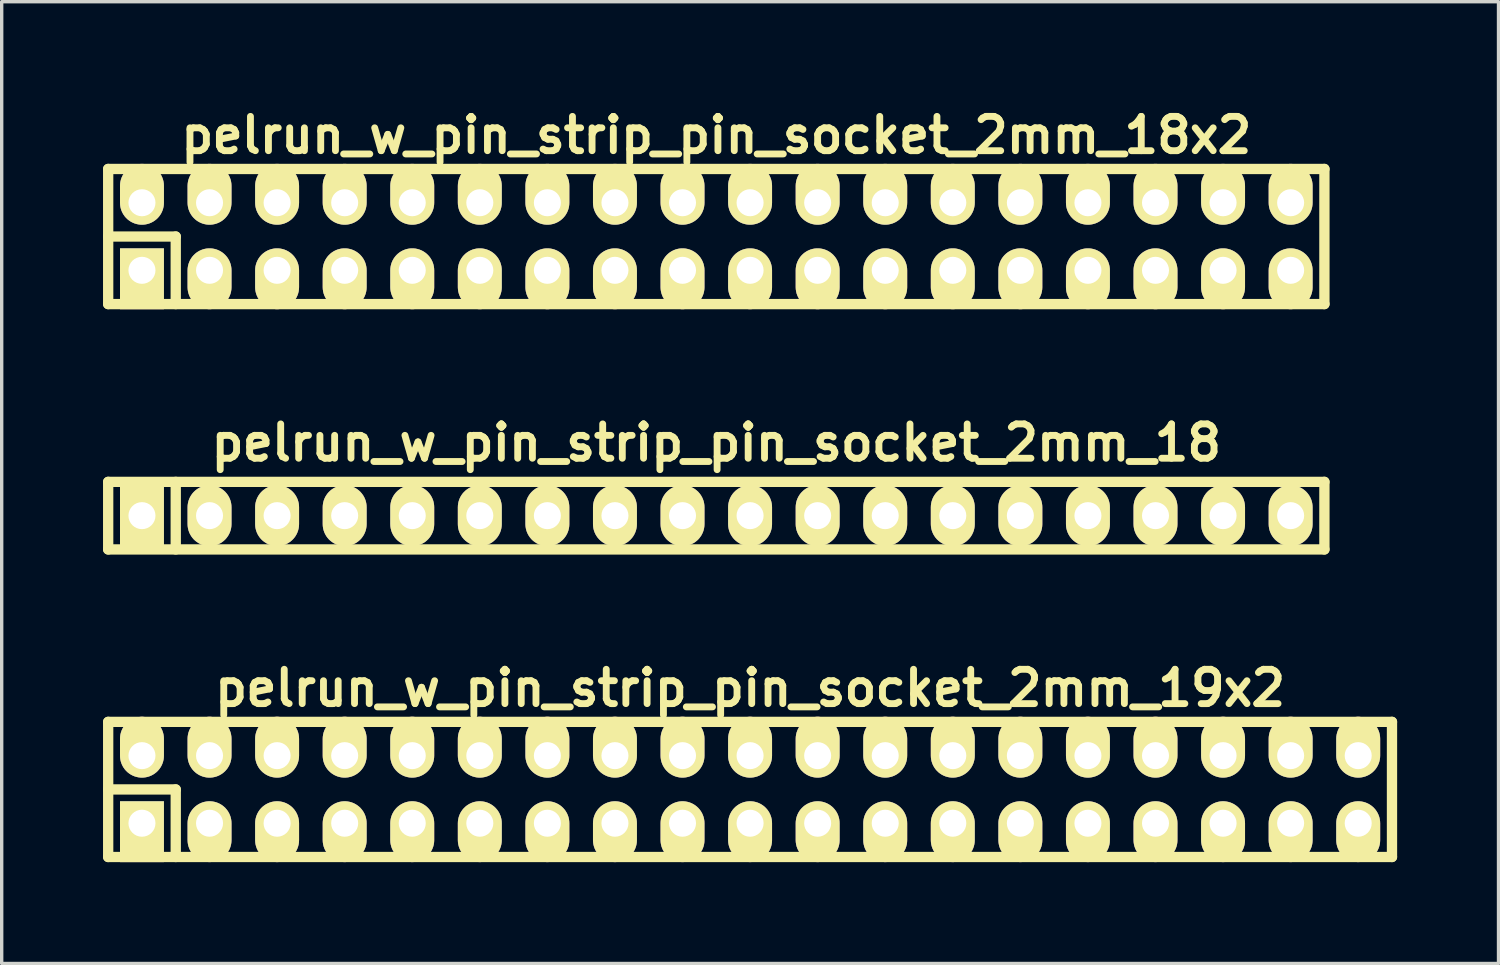
<source format=kicad_pcb>
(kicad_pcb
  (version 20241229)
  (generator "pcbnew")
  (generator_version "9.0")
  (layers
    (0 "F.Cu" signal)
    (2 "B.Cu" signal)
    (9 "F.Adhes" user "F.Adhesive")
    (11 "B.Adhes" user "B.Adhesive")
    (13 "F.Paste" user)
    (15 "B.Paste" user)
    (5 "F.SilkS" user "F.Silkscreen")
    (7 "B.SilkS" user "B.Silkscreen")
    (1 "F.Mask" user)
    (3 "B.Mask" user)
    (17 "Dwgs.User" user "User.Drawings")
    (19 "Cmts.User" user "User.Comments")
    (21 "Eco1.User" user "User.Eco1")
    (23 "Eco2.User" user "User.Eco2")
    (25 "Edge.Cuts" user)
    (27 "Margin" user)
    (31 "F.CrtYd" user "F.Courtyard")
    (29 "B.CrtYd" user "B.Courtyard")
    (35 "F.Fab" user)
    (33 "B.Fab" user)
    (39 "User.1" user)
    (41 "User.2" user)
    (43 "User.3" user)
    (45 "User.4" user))
  (footprint "pelrun_w_pin_strip_pin_socket_2mm_19x2"
    (layer "F.Cu")
    (at 19.152 20.317)
    (property "Reference" "pelrun_w_pin_strip_pin_socket_2mm_19x2" (at 0 -3 0) (layer "F.SilkS") (effects (font (size 1.016 1.016) (thickness 0.203))))
    (attr through_hole)
    (fp_line (start -19 -2) (end 19 -2) (stroke (width 0.305) (type solid)) (layer "F.SilkS"))
    (fp_line (start -19 0) (end -17 0) (stroke (width 0.305) (type solid)) (layer "F.SilkS"))
    (fp_line (start -19 2) (end -19 -2) (stroke (width 0.305) (type solid)) (layer "F.SilkS"))
    (fp_line (start -17 0) (end -17 2) (stroke (width 0.305) (type solid)) (layer "F.SilkS"))
    (fp_line (start 19 -2) (end 19 2) (stroke (width 0.305) (type solid)) (layer "F.SilkS"))
    (fp_line (start 19 2) (end -19 2) (stroke (width 0.305) (type solid)) (layer "F.SilkS"))
    (pad "1" thru_hole rect (at -18 1) (size 1.3 1.8) (drill 0.8 (offset 0 0.25)) (layers "*.Cu" "*.Mask" "F.SilkS"))
    (pad "2" thru_hole oval (at -18 -1) (size 1.3 1.8) (drill 0.8 (offset 0 -0.25)) (layers "*.Cu" "*.Mask" "F.SilkS"))
    (pad "3" thru_hole oval (at -16 1) (size 1.3 1.8) (drill 0.8 (offset 0 0.25)) (layers "*.Cu" "*.Mask" "F.SilkS"))
    (pad "4" thru_hole oval (at -16 -1) (size 1.3 1.8) (drill 0.8 (offset 0 -0.25)) (layers "*.Cu" "*.Mask" "F.SilkS"))
    (pad "5" thru_hole oval (at -14 1) (size 1.3 1.8) (drill 0.8 (offset 0 0.25)) (layers "*.Cu" "*.Mask" "F.SilkS"))
    (pad "6" thru_hole oval (at -14 -1) (size 1.3 1.8) (drill 0.8 (offset 0 -0.25)) (layers "*.Cu" "*.Mask" "F.SilkS"))
    (pad "7" thru_hole oval (at -12 1) (size 1.3 1.8) (drill 0.8 (offset 0 0.25)) (layers "*.Cu" "*.Mask" "F.SilkS"))
    (pad "8" thru_hole oval (at -12 -1) (size 1.3 1.8) (drill 0.8 (offset 0 -0.25)) (layers "*.Cu" "*.Mask" "F.SilkS"))
    (pad "9" thru_hole oval (at -10 1) (size 1.3 1.8) (drill 0.8 (offset 0 0.25)) (layers "*.Cu" "*.Mask" "F.SilkS"))
    (pad "10" thru_hole oval (at -10 -1) (size 1.3 1.8) (drill 0.8 (offset 0 -0.25)) (layers "*.Cu" "*.Mask" "F.SilkS"))
    (pad "11" thru_hole oval (at -8 1) (size 1.3 1.8) (drill 0.8 (offset 0 0.25)) (layers "*.Cu" "*.Mask" "F.SilkS"))
    (pad "12" thru_hole oval (at -8 -1) (size 1.3 1.8) (drill 0.8 (offset 0 -0.25)) (layers "*.Cu" "*.Mask" "F.SilkS"))
    (pad "13" thru_hole oval (at -6 1) (size 1.3 1.8) (drill 0.8 (offset 0 0.25)) (layers "*.Cu" "*.Mask" "F.SilkS"))
    (pad "14" thru_hole oval (at -6 -1) (size 1.3 1.8) (drill 0.8 (offset 0 -0.25)) (layers "*.Cu" "*.Mask" "F.SilkS"))
    (pad "15" thru_hole oval (at -4 1) (size 1.3 1.8) (drill 0.8 (offset 0 0.25)) (layers "*.Cu" "*.Mask" "F.SilkS"))
    (pad "16" thru_hole oval (at -4 -1) (size 1.3 1.8) (drill 0.8 (offset 0 -0.25)) (layers "*.Cu" "*.Mask" "F.SilkS"))
    (pad "17" thru_hole oval (at -2 1) (size 1.3 1.8) (drill 0.8 (offset 0 0.25)) (layers "*.Cu" "*.Mask" "F.SilkS"))
    (pad "18" thru_hole oval (at -2 -1) (size 1.3 1.8) (drill 0.8 (offset 0 -0.25)) (layers "*.Cu" "*.Mask" "F.SilkS"))
    (pad "19" thru_hole oval (at 0 1) (size 1.3 1.8) (drill 0.8 (offset 0 0.25)) (layers "*.Cu" "*.Mask" "F.SilkS"))
    (pad "20" thru_hole oval (at 0 -1) (size 1.3 1.8) (drill 0.8 (offset 0 -0.25)) (layers "*.Cu" "*.Mask" "F.SilkS"))
    (pad "21" thru_hole oval (at 2 1) (size 1.3 1.8) (drill 0.8 (offset 0 0.25)) (layers "*.Cu" "*.Mask" "F.SilkS"))
    (pad "22" thru_hole oval (at 2 -1) (size 1.3 1.8) (drill 0.8 (offset 0 -0.25)) (layers "*.Cu" "*.Mask" "F.SilkS"))
    (pad "23" thru_hole oval (at 4 1) (size 1.3 1.8) (drill 0.8 (offset 0 0.25)) (layers "*.Cu" "*.Mask" "F.SilkS"))
    (pad "24" thru_hole oval (at 4 -1) (size 1.3 1.8) (drill 0.8 (offset 0 -0.25)) (layers "*.Cu" "*.Mask" "F.SilkS"))
    (pad "25" thru_hole oval (at 6 1) (size 1.3 1.8) (drill 0.8 (offset 0 0.25)) (layers "*.Cu" "*.Mask" "F.SilkS"))
    (pad "26" thru_hole oval (at 6 -1) (size 1.3 1.8) (drill 0.8 (offset 0 -0.25)) (layers "*.Cu" "*.Mask" "F.SilkS"))
    (pad "27" thru_hole oval (at 8 1) (size 1.3 1.8) (drill 0.8 (offset 0 0.25)) (layers "*.Cu" "*.Mask" "F.SilkS"))
    (pad "28" thru_hole oval (at 8 -1) (size 1.3 1.8) (drill 0.8 (offset 0 -0.25)) (layers "*.Cu" "*.Mask" "F.SilkS"))
    (pad "29" thru_hole oval (at 10 1) (size 1.3 1.8) (drill 0.8 (offset 0 0.25)) (layers "*.Cu" "*.Mask" "F.SilkS"))
    (pad "30" thru_hole oval (at 10 -1) (size 1.3 1.8) (drill 0.8 (offset 0 -0.25)) (layers "*.Cu" "*.Mask" "F.SilkS"))
    (pad "31" thru_hole oval (at 12 1) (size 1.3 1.8) (drill 0.8 (offset 0 0.25)) (layers "*.Cu" "*.Mask" "F.SilkS"))
    (pad "32" thru_hole oval (at 12 -1) (size 1.3 1.8) (drill 0.8 (offset 0 -0.25)) (layers "*.Cu" "*.Mask" "F.SilkS"))
    (pad "33" thru_hole oval (at 14 1) (size 1.3 1.8) (drill 0.8 (offset 0 0.25)) (layers "*.Cu" "*.Mask" "F.SilkS"))
    (pad "34" thru_hole oval (at 14 -1) (size 1.3 1.8) (drill 0.8 (offset 0 -0.25)) (layers "*.Cu" "*.Mask" "F.SilkS"))
    (pad "35" thru_hole oval (at 16 1) (size 1.3 1.8) (drill 0.8 (offset 0 0.25)) (layers "*.Cu" "*.Mask" "F.SilkS"))
    (pad "36" thru_hole oval (at 16 -1) (size 1.3 1.8) (drill 0.8 (offset 0 -0.25)) (layers "*.Cu" "*.Mask" "F.SilkS"))
    (pad "37" thru_hole oval (at 18 1) (size 1.3 1.8) (drill 0.8 (offset 0 0.25)) (layers "*.Cu" "*.Mask" "F.SilkS"))
    (pad "38" thru_hole oval (at 18 -1) (size 1.3 1.8) (drill 0.8 (offset 0 -0.25)) (layers "*.Cu" "*.Mask" "F.SilkS")))
  (footprint "pelrun_w_pin_strip_pin_socket_2mm_18x2"
    (layer "F.Cu")
    (at 18.152 3.951)
    (property "Reference" "pelrun_w_pin_strip_pin_socket_2mm_18x2" (at 0 -3 0) (layer "F.SilkS") (effects (font (size 1.016 1.016) (thickness 0.203))))
    (attr through_hole)
    (fp_line (start -18 -2) (end 18 -2) (stroke (width 0.305) (type solid)) (layer "F.SilkS"))
    (fp_line (start -18 0) (end -16 0) (stroke (width 0.305) (type solid)) (layer "F.SilkS"))
    (fp_line (start -18 2) (end -18 -2) (stroke (width 0.305) (type solid)) (layer "F.SilkS"))
    (fp_line (start -16 0) (end -16 2) (stroke (width 0.305) (type solid)) (layer "F.SilkS"))
    (fp_line (start 18 -2) (end 18 2) (stroke (width 0.305) (type solid)) (layer "F.SilkS"))
    (fp_line (start 18 2) (end -18 2) (stroke (width 0.305) (type solid)) (layer "F.SilkS"))
    (pad "1" thru_hole rect (at -17 1) (size 1.3 1.8) (drill 0.8 (offset 0 0.25)) (layers "*.Cu" "*.Mask" "F.SilkS"))
    (pad "2" thru_hole oval (at -17 -1) (size 1.3 1.8) (drill 0.8 (offset 0 -0.25)) (layers "*.Cu" "*.Mask" "F.SilkS"))
    (pad "3" thru_hole oval (at -15 1) (size 1.3 1.8) (drill 0.8 (offset 0 0.25)) (layers "*.Cu" "*.Mask" "F.SilkS"))
    (pad "4" thru_hole oval (at -15 -1) (size 1.3 1.8) (drill 0.8 (offset 0 -0.25)) (layers "*.Cu" "*.Mask" "F.SilkS"))
    (pad "5" thru_hole oval (at -13 1) (size 1.3 1.8) (drill 0.8 (offset 0 0.25)) (layers "*.Cu" "*.Mask" "F.SilkS"))
    (pad "6" thru_hole oval (at -13 -1) (size 1.3 1.8) (drill 0.8 (offset 0 -0.25)) (layers "*.Cu" "*.Mask" "F.SilkS"))
    (pad "7" thru_hole oval (at -11 1) (size 1.3 1.8) (drill 0.8 (offset 0 0.25)) (layers "*.Cu" "*.Mask" "F.SilkS"))
    (pad "8" thru_hole oval (at -11 -1) (size 1.3 1.8) (drill 0.8 (offset 0 -0.25)) (layers "*.Cu" "*.Mask" "F.SilkS"))
    (pad "9" thru_hole oval (at -9 1) (size 1.3 1.8) (drill 0.8 (offset 0 0.25)) (layers "*.Cu" "*.Mask" "F.SilkS"))
    (pad "10" thru_hole oval (at -9 -1) (size 1.3 1.8) (drill 0.8 (offset 0 -0.25)) (layers "*.Cu" "*.Mask" "F.SilkS"))
    (pad "11" thru_hole oval (at -7 1) (size 1.3 1.8) (drill 0.8 (offset 0 0.25)) (layers "*.Cu" "*.Mask" "F.SilkS"))
    (pad "12" thru_hole oval (at -7 -1) (size 1.3 1.8) (drill 0.8 (offset 0 -0.25)) (layers "*.Cu" "*.Mask" "F.SilkS"))
    (pad "13" thru_hole oval (at -5 1) (size 1.3 1.8) (drill 0.8 (offset 0 0.25)) (layers "*.Cu" "*.Mask" "F.SilkS"))
    (pad "14" thru_hole oval (at -5 -1) (size 1.3 1.8) (drill 0.8 (offset 0 -0.25)) (layers "*.Cu" "*.Mask" "F.SilkS"))
    (pad "15" thru_hole oval (at -3 1) (size 1.3 1.8) (drill 0.8 (offset 0 0.25)) (layers "*.Cu" "*.Mask" "F.SilkS"))
    (pad "16" thru_hole oval (at -3 -1) (size 1.3 1.8) (drill 0.8 (offset 0 -0.25)) (layers "*.Cu" "*.Mask" "F.SilkS"))
    (pad "17" thru_hole oval (at -1 1) (size 1.3 1.8) (drill 0.8 (offset 0 0.25)) (layers "*.Cu" "*.Mask" "F.SilkS"))
    (pad "18" thru_hole oval (at -1 -1) (size 1.3 1.8) (drill 0.8 (offset 0 -0.25)) (layers "*.Cu" "*.Mask" "F.SilkS"))
    (pad "19" thru_hole oval (at 1 1) (size 1.3 1.8) (drill 0.8 (offset 0 0.25)) (layers "*.Cu" "*.Mask" "F.SilkS"))
    (pad "20" thru_hole oval (at 1 -1) (size 1.3 1.8) (drill 0.8 (offset 0 -0.25)) (layers "*.Cu" "*.Mask" "F.SilkS"))
    (pad "21" thru_hole oval (at 3 1) (size 1.3 1.8) (drill 0.8 (offset 0 0.25)) (layers "*.Cu" "*.Mask" "F.SilkS"))
    (pad "22" thru_hole oval (at 3 -1) (size 1.3 1.8) (drill 0.8 (offset 0 -0.25)) (layers "*.Cu" "*.Mask" "F.SilkS"))
    (pad "23" thru_hole oval (at 5 1) (size 1.3 1.8) (drill 0.8 (offset 0 0.25)) (layers "*.Cu" "*.Mask" "F.SilkS"))
    (pad "24" thru_hole oval (at 5 -1) (size 1.3 1.8) (drill 0.8 (offset 0 -0.25)) (layers "*.Cu" "*.Mask" "F.SilkS"))
    (pad "25" thru_hole oval (at 7 1) (size 1.3 1.8) (drill 0.8 (offset 0 0.25)) (layers "*.Cu" "*.Mask" "F.SilkS"))
    (pad "26" thru_hole oval (at 7 -1) (size 1.3 1.8) (drill 0.8 (offset 0 -0.25)) (layers "*.Cu" "*.Mask" "F.SilkS"))
    (pad "27" thru_hole oval (at 9 1) (size 1.3 1.8) (drill 0.8 (offset 0 0.25)) (layers "*.Cu" "*.Mask" "F.SilkS"))
    (pad "28" thru_hole oval (at 9 -1) (size 1.3 1.8) (drill 0.8 (offset 0 -0.25)) (layers "*.Cu" "*.Mask" "F.SilkS"))
    (pad "29" thru_hole oval (at 11 1) (size 1.3 1.8) (drill 0.8 (offset 0 0.25)) (layers "*.Cu" "*.Mask" "F.SilkS"))
    (pad "30" thru_hole oval (at 11 -1) (size 1.3 1.8) (drill 0.8 (offset 0 -0.25)) (layers "*.Cu" "*.Mask" "F.SilkS"))
    (pad "31" thru_hole oval (at 13 1) (size 1.3 1.8) (drill 0.8 (offset 0 0.25)) (layers "*.Cu" "*.Mask" "F.SilkS"))
    (pad "32" thru_hole oval (at 13 -1) (size 1.3 1.8) (drill 0.8 (offset 0 -0.25)) (layers "*.Cu" "*.Mask" "F.SilkS"))
    (pad "33" thru_hole oval (at 15 1) (size 1.3 1.8) (drill 0.8 (offset 0 0.25)) (layers "*.Cu" "*.Mask" "F.SilkS"))
    (pad "34" thru_hole oval (at 15 -1) (size 1.3 1.8) (drill 0.8 (offset 0 -0.25)) (layers "*.Cu" "*.Mask" "F.SilkS"))
    (pad "35" thru_hole oval (at 17 1) (size 1.3 1.8) (drill 0.8 (offset 0 0.25)) (layers "*.Cu" "*.Mask" "F.SilkS"))
    (pad "36" thru_hole oval (at 17 -1) (size 1.3 1.8) (drill 0.8 (offset 0 -0.25)) (layers "*.Cu" "*.Mask" "F.SilkS")))
  (footprint "pelrun_w_pin_strip_pin_socket_2mm_18"
    (layer "F.Cu")
    (at 18.152 12.213)
    (property "Reference" "pelrun_w_pin_strip_pin_socket_2mm_18" (at 0 -2.159 0) (layer "F.SilkS") (effects (font (size 1.016 1.016) (thickness 0.203))))
    (attr through_hole)
    (fp_line (start -18 -1) (end 18 -1) (stroke (width 0.305) (type solid)) (layer "F.SilkS"))
    (fp_line (start -18 1) (end -18 -1) (stroke (width 0.305) (type solid)) (layer "F.SilkS"))
    (fp_line (start -16 -1) (end -16 1) (stroke (width 0.305) (type solid)) (layer "F.SilkS"))
    (fp_line (start 18 -1) (end 18 1) (stroke (width 0.305) (type solid)) (layer "F.SilkS"))
    (fp_line (start 18 1) (end -18 1) (stroke (width 0.305) (type solid)) (layer "F.SilkS"))
    (pad "1" thru_hole rect (at -17 0) (size 1.3 1.8) (drill 0.8) (layers "*.Cu" "*.Mask" "F.SilkS"))
    (pad "2" thru_hole oval (at -15 0) (size 1.3 1.8) (drill 0.8) (layers "*.Cu" "*.Mask" "F.SilkS"))
    (pad "3" thru_hole oval (at -13 0) (size 1.3 1.8) (drill 0.8) (layers "*.Cu" "*.Mask" "F.SilkS"))
    (pad "4" thru_hole oval (at -11 0) (size 1.3 1.8) (drill 0.8) (layers "*.Cu" "*.Mask" "F.SilkS"))
    (pad "5" thru_hole oval (at -9 0) (size 1.3 1.8) (drill 0.8) (layers "*.Cu" "*.Mask" "F.SilkS"))
    (pad "6" thru_hole oval (at -7 0) (size 1.3 1.8) (drill 0.8) (layers "*.Cu" "*.Mask" "F.SilkS"))
    (pad "7" thru_hole oval (at -5 0) (size 1.3 1.8) (drill 0.8) (layers "*.Cu" "*.Mask" "F.SilkS"))
    (pad "8" thru_hole oval (at -3 0) (size 1.3 1.8) (drill 0.8) (layers "*.Cu" "*.Mask" "F.SilkS"))
    (pad "9" thru_hole oval (at -1 0) (size 1.3 1.8) (drill 0.8) (layers "*.Cu" "*.Mask" "F.SilkS"))
    (pad "10" thru_hole oval (at 1 0) (size 1.3 1.8) (drill 0.8) (layers "*.Cu" "*.Mask" "F.SilkS"))
    (pad "11" thru_hole oval (at 3 0) (size 1.3 1.8) (drill 0.8) (layers "*.Cu" "*.Mask" "F.SilkS"))
    (pad "12" thru_hole oval (at 5 0) (size 1.3 1.8) (drill 0.8) (layers "*.Cu" "*.Mask" "F.SilkS"))
    (pad "13" thru_hole oval (at 7 0) (size 1.3 1.8) (drill 0.8) (layers "*.Cu" "*.Mask" "F.SilkS"))
    (pad "14" thru_hole oval (at 9 0) (size 1.3 1.8) (drill 0.8) (layers "*.Cu" "*.Mask" "F.SilkS"))
    (pad "15" thru_hole oval (at 11 0) (size 1.3 1.8) (drill 0.8) (layers "*.Cu" "*.Mask" "F.SilkS"))
    (pad "16" thru_hole oval (at 13 0) (size 1.3 1.8) (drill 0.8) (layers "*.Cu" "*.Mask" "F.SilkS"))
    (pad "17" thru_hole oval (at 15 0) (size 1.3 1.8) (drill 0.8) (layers "*.Cu" "*.Mask" "F.SilkS"))
    (pad "18" thru_hole oval (at 17 0) (size 1.3 1.8) (drill 0.8) (layers "*.Cu" "*.Mask" "F.SilkS")))
  (gr_rect
    (start -3 -3)
    (end 41.305 25.469)
    (stroke (width 0.1) (type default))
    (fill no)
    (layer "Edge.Cuts")))
</source>
